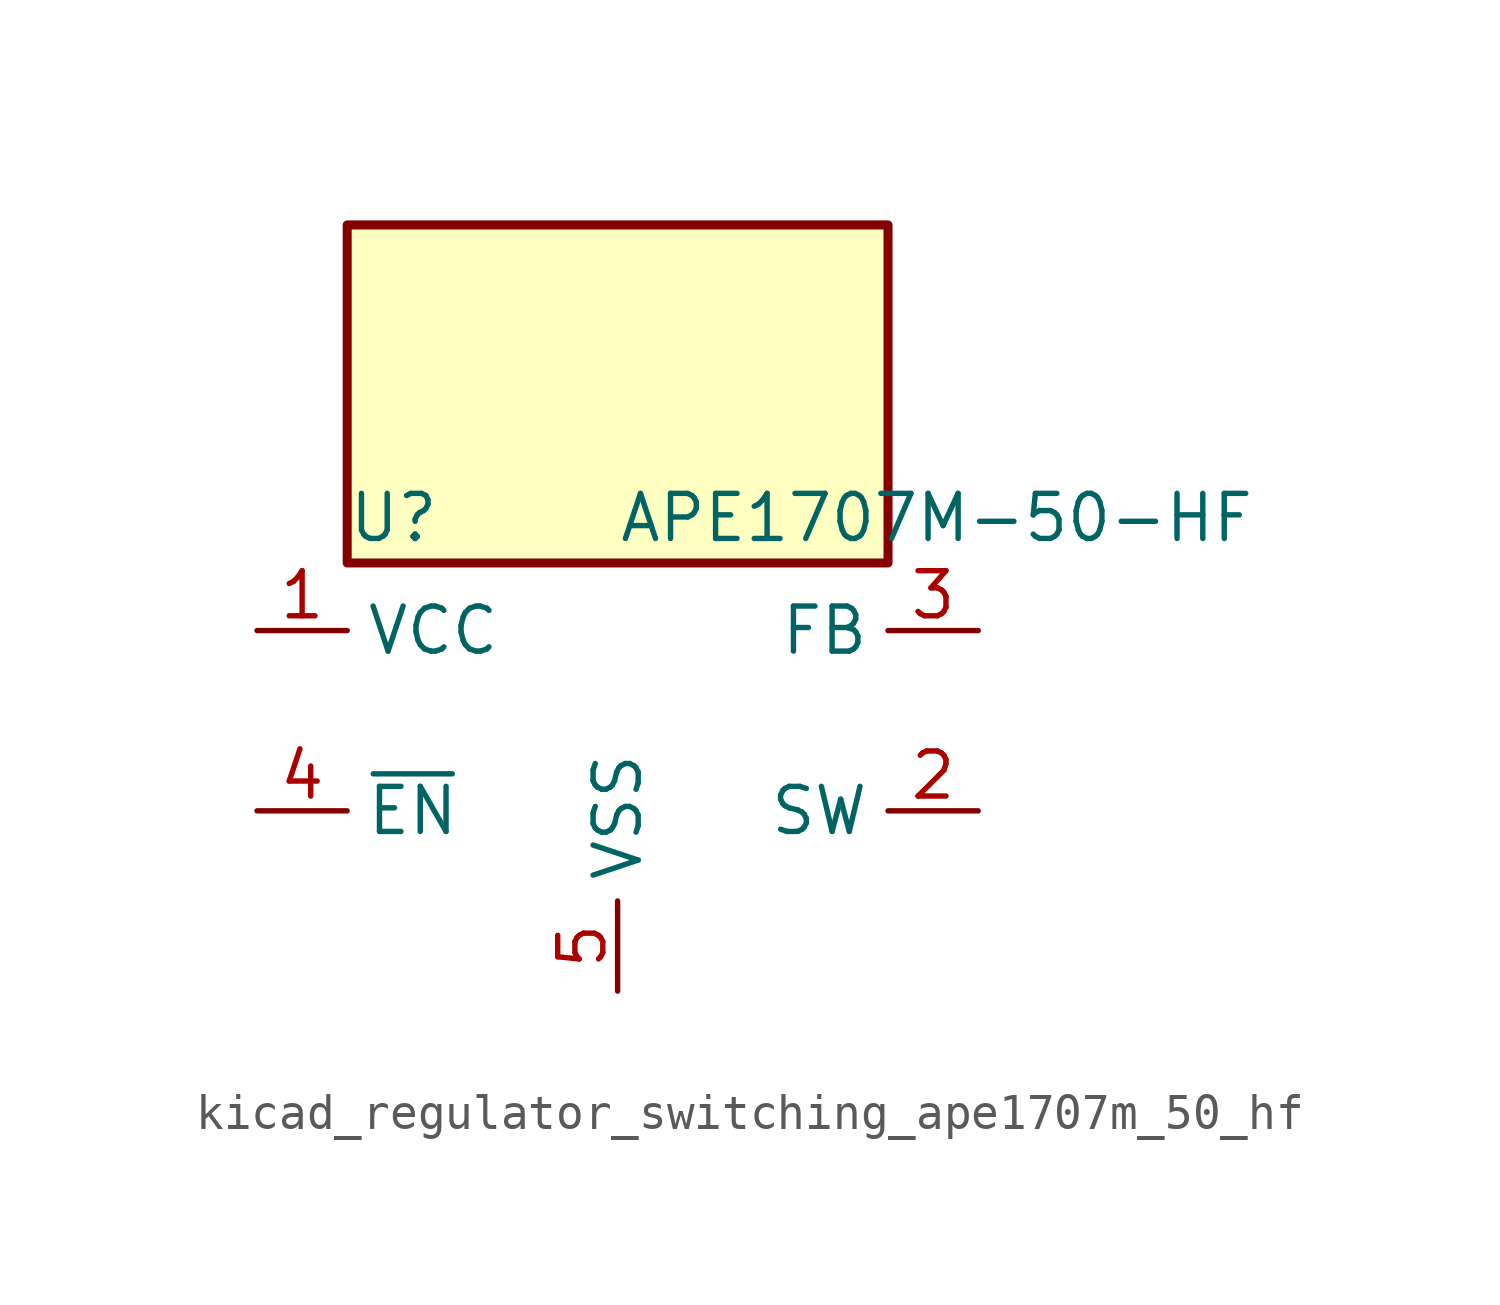
<source format=kicad_sym>
(kicad_symbol_lib
  (version 20220914)
  (generator kicad_symbol_editor)
  (symbol "kicad_regulator_switching_ape1707m_50_hf"
    (property "Reference" "U"
      (at -7.62 5.715 0)
      (effects (font (size 1.27 1.27)) (justify left)))
    (property "Value" "APE1707M-50-HF"
      (at 0 5.715 0)
      (effects (font (size 1.27 1.27)) (justify left)))
    (symbol "kicad_regulator_switching_ape1707m_50_hf_0_1"
      (rectangle (start 7.62 13.97) (end -7.62 4.445) (stroke (width 0.254) (type default)) (fill (type background))))
    (symbol "kicad_regulator_switching_ape1707m_50_hf_1_1"
      (pin power_in line (at -10.16 2.54 0) (length 2.54) (name "VCC" (effects (font (size 1.27 1.27)))) (number "1" (effects (font (size 1.27 1.27)))))
      (pin output line (at 10.16 -2.54 180) (length 2.54) (name "SW" (effects (font (size 1.27 1.27)))) (number "2" (effects (font (size 1.27 1.27)))))
      (pin input line (at 10.16 2.54 180) (length 2.54) (name "FB" (effects (font (size 1.27 1.27)))) (number "3" (effects (font (size 1.27 1.27)))))
      (pin input line (at -10.16 -2.54 0) (length 2.54) (name "~{EN}" (effects (font (size 1.27 1.27)))) (number "4" (effects (font (size 1.27 1.27)))))
      (pin power_in line (at 0 -7.62 90) (length 2.54) (name "VSS" (effects (font (size 1.27 1.27)))) (number "5" (effects (font (size 1.27 1.27)))))
      (pin passive line (at 0 -7.62 90) (length 2.54) hide (name "VSS" (effects (font (size 1.27 1.27)))) (number "6" (effects (font (size 1.27 1.27)))))
      (pin passive line (at 0 -7.62 90) (length 2.54) hide (name "VSS" (effects (font (size 1.27 1.27)))) (number "7" (effects (font (size 1.27 1.27)))))
      (pin passive line (at 0 -7.62 90) (length 2.54) hide (name "VSS" (effects (font (size 1.27 1.27)))) (number "8" (effects (font (size 1.27 1.27))))))))
</source>
